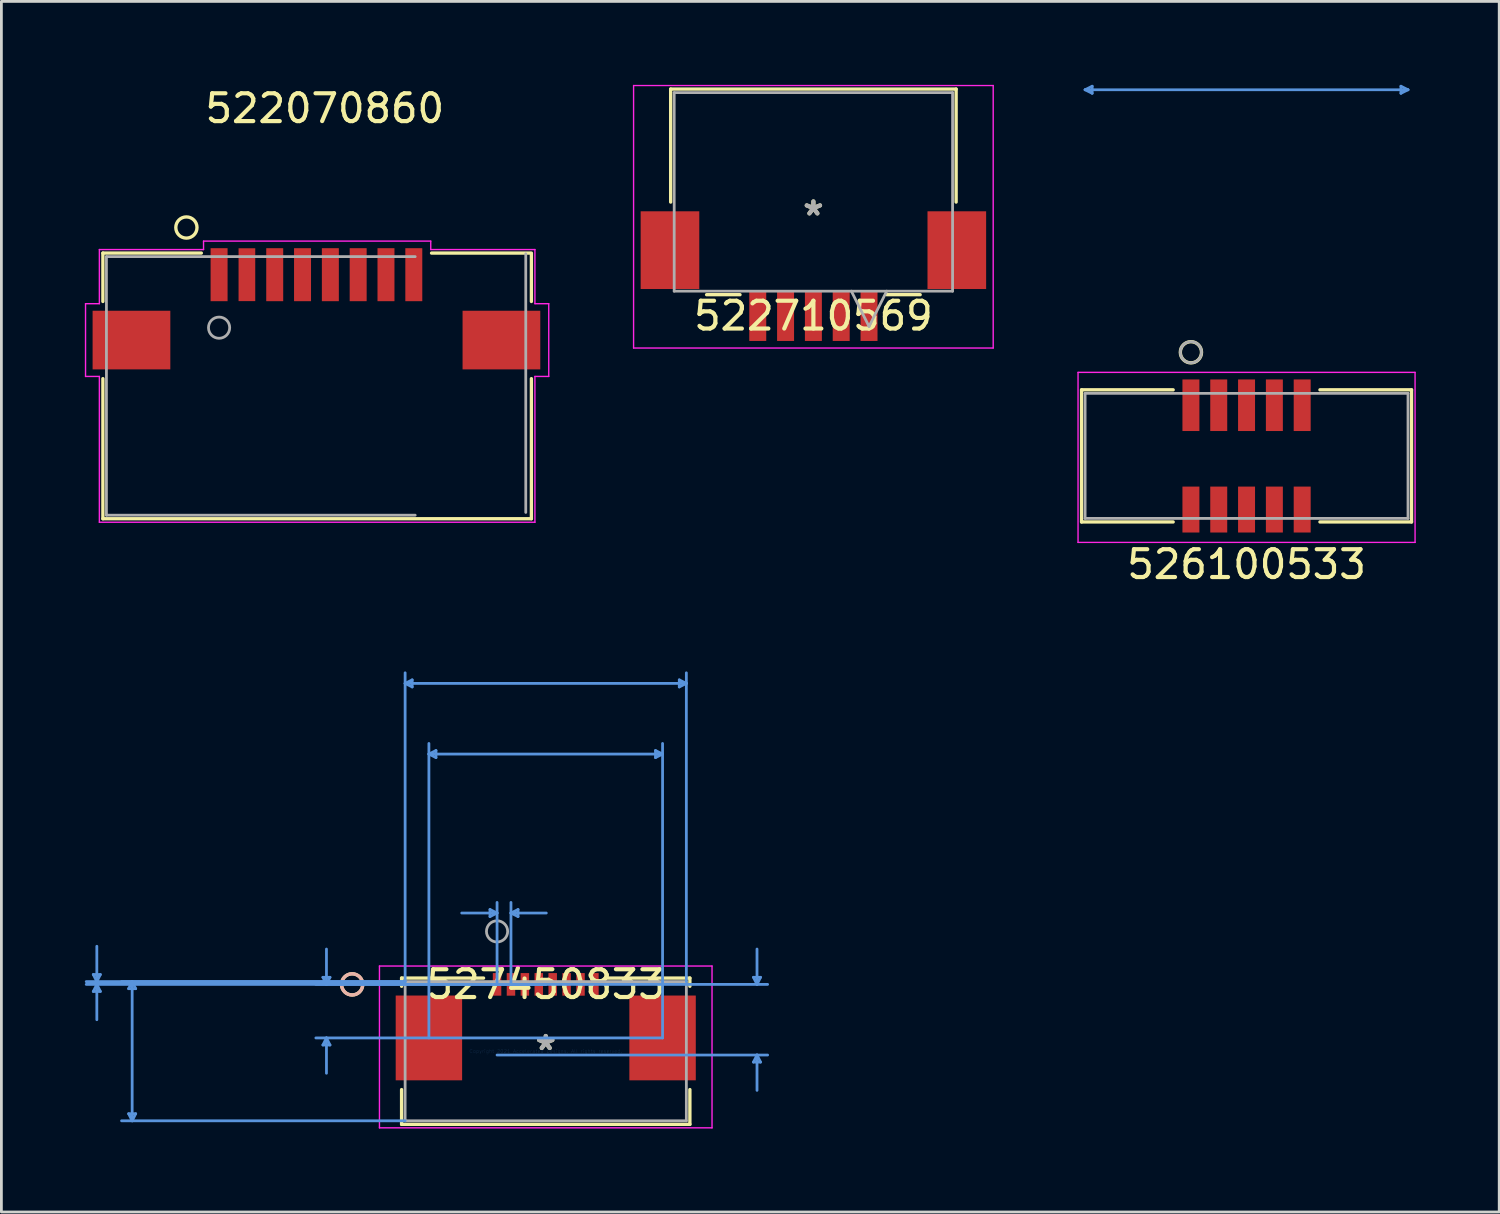
<source format=kicad_pcb>
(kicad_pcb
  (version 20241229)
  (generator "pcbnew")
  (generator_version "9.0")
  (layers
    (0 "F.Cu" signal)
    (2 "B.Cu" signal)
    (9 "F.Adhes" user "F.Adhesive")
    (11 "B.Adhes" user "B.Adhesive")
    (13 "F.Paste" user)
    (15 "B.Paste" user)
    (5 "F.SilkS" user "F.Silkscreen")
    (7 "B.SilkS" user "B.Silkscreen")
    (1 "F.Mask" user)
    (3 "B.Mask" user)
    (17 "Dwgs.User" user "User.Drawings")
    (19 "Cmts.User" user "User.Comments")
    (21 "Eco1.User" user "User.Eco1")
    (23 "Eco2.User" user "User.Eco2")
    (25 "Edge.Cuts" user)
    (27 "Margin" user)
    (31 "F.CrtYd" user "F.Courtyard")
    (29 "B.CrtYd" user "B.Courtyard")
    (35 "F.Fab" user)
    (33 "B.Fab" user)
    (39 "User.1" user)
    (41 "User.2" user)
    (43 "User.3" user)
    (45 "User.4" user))
  (footprint "527450833"
    (layer "F.Cu")
    (at 16.569 34.74)
    (property "Reference" "527450833" (at 0 -2.402 0) (layer "F.SilkS") (effects (font (size 1 1) (thickness 0.15))))
    (attr through_hole)
    (fp_line (start -5.182 -2.629) (end -5.182 -2.334) (stroke (width 0.12) (type solid)) (layer "F.SilkS"))
    (fp_line (start -5.182 1.38) (end -5.182 2.629) (stroke (width 0.12) (type solid)) (layer "F.SilkS"))
    (fp_line (start -5.182 2.629) (end 5.182 2.629) (stroke (width 0.12) (type solid)) (layer "F.SilkS"))
    (fp_line (start -2.235 -2.629) (end -5.182 -2.629) (stroke (width 0.12) (type solid)) (layer "F.SilkS"))
    (fp_line (start 5.182 -2.629) (end 2.235 -2.629) (stroke (width 0.12) (type solid)) (layer "F.SilkS"))
    (fp_line (start 5.182 -2.334) (end 5.182 -2.629) (stroke (width 0.12) (type solid)) (layer "F.SilkS"))
    (fp_line (start 5.182 2.629) (end 5.182 1.38) (stroke (width 0.12) (type solid)) (layer "F.SilkS"))
    (fp_circle (center -6.96 -2.402) (end -6.579 -2.402) (stroke (width 0.12) (type solid)) (fill no) (layer "F.SilkS"))
    (fp_circle (center -6.96 -2.402) (end -6.579 -2.402) (stroke (width 0.12) (type solid)) (fill no) (layer "B.SilkS"))
    (fp_line (start -16.265 -2.756) (end -16.011 -2.756) (stroke (width 0.1) (type solid)) (layer "Cmts.User"))
    (fp_line (start -16.265 -2.148) (end -16.011 -2.148) (stroke (width 0.1) (type solid)) (layer "Cmts.User"))
    (fp_line (start -16.138 -2.502) (end -16.265 -2.756) (stroke (width 0.1) (type solid)) (layer "Cmts.User"))
    (fp_line (start -16.138 -2.502) (end -16.138 -3.772) (stroke (width 0.1) (type solid)) (layer "Cmts.User"))
    (fp_line (start -16.138 -2.502) (end -16.011 -2.756) (stroke (width 0.1) (type solid)) (layer "Cmts.User"))
    (fp_line (start -16.138 -2.402) (end -16.265 -2.148) (stroke (width 0.1) (type solid)) (layer "Cmts.User"))
    (fp_line (start -16.138 -2.402) (end -16.138 -1.132) (stroke (width 0.1) (type solid)) (layer "Cmts.User"))
    (fp_line (start -16.138 -2.402) (end -16.011 -2.148) (stroke (width 0.1) (type solid)) (layer "Cmts.User"))
    (fp_line (start -14.995 -2.248) (end -14.741 -2.248) (stroke (width 0.1) (type solid)) (layer "Cmts.User"))
    (fp_line (start -14.995 2.248) (end -14.741 2.248) (stroke (width 0.1) (type solid)) (layer "Cmts.User"))
    (fp_line (start -14.868 -2.502) (end -14.995 -2.248) (stroke (width 0.1) (type solid)) (layer "Cmts.User"))
    (fp_line (start -14.868 -2.502) (end -14.868 2.502) (stroke (width 0.1) (type solid)) (layer "Cmts.User"))
    (fp_line (start -14.868 -2.502) (end -14.741 -2.248) (stroke (width 0.1) (type solid)) (layer "Cmts.User"))
    (fp_line (start -14.868 2.502) (end -14.995 2.248) (stroke (width 0.1) (type solid)) (layer "Cmts.User"))
    (fp_line (start -14.868 2.502) (end -14.741 2.248) (stroke (width 0.1) (type solid)) (layer "Cmts.User"))
    (fp_line (start -8.01 -2.656) (end -7.756 -2.656) (stroke (width 0.1) (type solid)) (layer "Cmts.User"))
    (fp_line (start -8.01 -0.223) (end -7.756 -0.223) (stroke (width 0.1) (type solid)) (layer "Cmts.User"))
    (fp_line (start -7.883 -2.402) (end -8.01 -2.656) (stroke (width 0.1) (type solid)) (layer "Cmts.User"))
    (fp_line (start -7.883 -2.402) (end -7.883 -3.672) (stroke (width 0.1) (type solid)) (layer "Cmts.User"))
    (fp_line (start -7.883 -2.402) (end -7.756 -2.656) (stroke (width 0.1) (type solid)) (layer "Cmts.User"))
    (fp_line (start -7.883 -0.477) (end -8.01 -0.223) (stroke (width 0.1) (type solid)) (layer "Cmts.User"))
    (fp_line (start -7.883 -0.477) (end -7.883 0.793) (stroke (width 0.1) (type solid)) (layer "Cmts.User"))
    (fp_line (start -7.883 -0.477) (end -7.756 -0.223) (stroke (width 0.1) (type solid)) (layer "Cmts.User"))
    (fp_line (start -5.055 -13.222) (end -4.801 -13.349) (stroke (width 0.1) (type solid)) (layer "Cmts.User"))
    (fp_line (start -5.055 -13.222) (end -4.801 -13.095) (stroke (width 0.1) (type solid)) (layer "Cmts.User"))
    (fp_line (start -5.055 -13.222) (end 5.055 -13.222) (stroke (width 0.1) (type solid)) (layer "Cmts.User"))
    (fp_line (start -5.055 -2.502) (end -16.519 -2.502) (stroke (width 0.1) (type solid)) (layer "Cmts.User"))
    (fp_line (start -5.055 -2.502) (end -15.249 -2.502) (stroke (width 0.1) (type solid)) (layer "Cmts.User"))
    (fp_line (start -5.055 -2.502) (end -5.055 -13.603) (stroke (width 0.1) (type solid)) (layer "Cmts.User"))
    (fp_line (start -5.055 2.502) (end -15.249 2.502) (stroke (width 0.1) (type solid)) (layer "Cmts.User"))
    (fp_line (start -4.801 -13.349) (end -4.801 -13.095) (stroke (width 0.1) (type solid)) (layer "Cmts.User"))
    (fp_line (start -4.2 -10.682) (end -3.946 -10.809) (stroke (width 0.1) (type solid)) (layer "Cmts.User"))
    (fp_line (start -4.2 -10.682) (end -3.946 -10.555) (stroke (width 0.1) (type solid)) (layer "Cmts.User"))
    (fp_line (start -4.2 -10.682) (end 4.2 -10.682) (stroke (width 0.1) (type solid)) (layer "Cmts.User"))
    (fp_line (start -4.2 -0.477) (end -4.2 -11.063) (stroke (width 0.1) (type solid)) (layer "Cmts.User"))
    (fp_line (start -3.946 -10.809) (end -3.946 -10.555) (stroke (width 0.1) (type solid)) (layer "Cmts.User"))
    (fp_line (start -2.004 -5.094) (end -2.004 -4.84) (stroke (width 0.1) (type solid)) (layer "Cmts.User"))
    (fp_line (start -1.75 -4.967) (end -3.02 -4.967) (stroke (width 0.1) (type solid)) (layer "Cmts.User"))
    (fp_line (start -1.75 -4.967) (end -2.004 -5.094) (stroke (width 0.1) (type solid)) (layer "Cmts.User"))
    (fp_line (start -1.75 -4.967) (end -2.004 -4.84) (stroke (width 0.1) (type solid)) (layer "Cmts.User"))
    (fp_line (start -1.75 -2.402) (end -1.75 -5.348) (stroke (width 0.1) (type solid)) (layer "Cmts.User"))
    (fp_line (start -1.75 -2.402) (end 7.976 -2.402) (stroke (width 0.1) (type solid)) (layer "Cmts.User"))
    (fp_line (start -1.75 0.138) (end 7.976 0.138) (stroke (width 0.1) (type solid)) (layer "Cmts.User"))
    (fp_line (start -1.25 -4.967) (end -0.996 -5.094) (stroke (width 0.1) (type solid)) (layer "Cmts.User"))
    (fp_line (start -1.25 -4.967) (end -0.996 -4.84) (stroke (width 0.1) (type solid)) (layer "Cmts.User"))
    (fp_line (start -1.25 -4.967) (end 0.02 -4.967) (stroke (width 0.1) (type solid)) (layer "Cmts.User"))
    (fp_line (start -1.25 -2.402) (end -1.25 -5.348) (stroke (width 0.1) (type solid)) (layer "Cmts.User"))
    (fp_line (start -0.996 -5.094) (end -0.996 -4.84) (stroke (width 0.1) (type solid)) (layer "Cmts.User"))
    (fp_line (start 0 -2.402) (end -16.519 -2.402) (stroke (width 0.1) (type solid)) (layer "Cmts.User"))
    (fp_line (start 0 -2.402) (end -8.264 -2.402) (stroke (width 0.1) (type solid)) (layer "Cmts.User"))
    (fp_line (start 3.946 -10.809) (end 3.946 -10.555) (stroke (width 0.1) (type solid)) (layer "Cmts.User"))
    (fp_line (start 4.2 -10.682) (end 3.946 -10.809) (stroke (width 0.1) (type solid)) (layer "Cmts.User"))
    (fp_line (start 4.2 -10.682) (end 3.946 -10.555) (stroke (width 0.1) (type solid)) (layer "Cmts.User"))
    (fp_line (start 4.2 -0.477) (end -8.264 -0.477) (stroke (width 0.1) (type solid)) (layer "Cmts.User"))
    (fp_line (start 4.2 -0.477) (end 4.2 -11.063) (stroke (width 0.1) (type solid)) (layer "Cmts.User"))
    (fp_line (start 4.801 -13.349) (end 4.801 -13.095) (stroke (width 0.1) (type solid)) (layer "Cmts.User"))
    (fp_line (start 5.055 -13.222) (end 4.801 -13.349) (stroke (width 0.1) (type solid)) (layer "Cmts.User"))
    (fp_line (start 5.055 -13.222) (end 4.801 -13.095) (stroke (width 0.1) (type solid)) (layer "Cmts.User"))
    (fp_line (start 5.055 -2.502) (end 5.055 -13.603) (stroke (width 0.1) (type solid)) (layer "Cmts.User"))
    (fp_line (start 7.468 -2.656) (end 7.722 -2.656) (stroke (width 0.1) (type solid)) (layer "Cmts.User"))
    (fp_line (start 7.468 0.392) (end 7.722 0.392) (stroke (width 0.1) (type solid)) (layer "Cmts.User"))
    (fp_line (start 7.595 -2.402) (end 7.468 -2.656) (stroke (width 0.1) (type solid)) (layer "Cmts.User"))
    (fp_line (start 7.595 -2.402) (end 7.595 -3.672) (stroke (width 0.1) (type solid)) (layer "Cmts.User"))
    (fp_line (start 7.595 -2.402) (end 7.722 -2.656) (stroke (width 0.1) (type solid)) (layer "Cmts.User"))
    (fp_line (start 7.595 0.138) (end 7.468 0.392) (stroke (width 0.1) (type solid)) (layer "Cmts.User"))
    (fp_line (start 7.595 0.138) (end 7.595 1.408) (stroke (width 0.1) (type solid)) (layer "Cmts.User"))
    (fp_line (start 7.595 0.138) (end 7.722 0.392) (stroke (width 0.1) (type solid)) (layer "Cmts.User"))
    (fp_line (start -5.978 -3.062) (end -5.978 2.756) (stroke (width 0.05) (type solid)) (layer "F.CrtYd"))
    (fp_line (start -5.978 2.756) (end 5.978 2.756) (stroke (width 0.05) (type solid)) (layer "F.CrtYd"))
    (fp_line (start 5.978 -3.062) (end -5.978 -3.062) (stroke (width 0.05) (type solid)) (layer "F.CrtYd"))
    (fp_line (start 5.978 2.756) (end 5.978 -3.062) (stroke (width 0.05) (type solid)) (layer "F.CrtYd"))
    (fp_line (start -5.055 -2.502) (end -5.055 2.502) (stroke (width 0.1) (type solid)) (layer "F.Fab"))
    (fp_line (start -5.055 2.502) (end 5.055 2.502) (stroke (width 0.1) (type solid)) (layer "F.Fab"))
    (fp_line (start 5.055 -2.502) (end -5.055 -2.502) (stroke (width 0.1) (type solid)) (layer "F.Fab"))
    (fp_line (start 5.055 2.502) (end 5.055 -2.502) (stroke (width 0.1) (type solid)) (layer "F.Fab"))
    (fp_circle (center -1.75 -4.307) (end -1.369 -4.307) (stroke (width 0.1) (type solid)) (fill no) (layer "F.Fab"))
    (fp_text user "*" (at 0 0 0) (layer "F.SilkS") (effects (font (size 1 1) (thickness 0.15))))
    (fp_text user "Copyright 2021 Accelerated Designs. All rights reserved." (at 0 0 0) (layer "Cmts.User") (effects (font (size 0.127 0.127) (thickness 0.002))))
    (fp_text user "*" (at 0 0 0) (layer "F.Fab") (effects (font (size 1 1) (thickness 0.15))))
    (pad "1" smd rect (at -1.75 -2.402) (size 0.305 0.813) (layers "F.Cu" "F.Mask" "F.Paste"))
    (pad "2" smd rect (at -1.25 -2.402) (size 0.305 0.813) (layers "F.Cu" "F.Mask" "F.Paste"))
    (pad "3" smd rect (at -0.75 -2.402) (size 0.305 0.813) (layers "F.Cu" "F.Mask" "F.Paste"))
    (pad "4" smd rect (at -0.25 -2.402) (size 0.305 0.813) (layers "F.Cu" "F.Mask" "F.Paste"))
    (pad "5" smd rect (at 0.25 -2.402) (size 0.305 0.813) (layers "F.Cu" "F.Mask" "F.Paste"))
    (pad "6" smd rect (at 0.75 -2.402) (size 0.305 0.813) (layers "F.Cu" "F.Mask" "F.Paste"))
    (pad "7" smd rect (at 1.25 -2.402) (size 0.305 0.813) (layers "F.Cu" "F.Mask" "F.Paste"))
    (pad "8" smd rect (at 1.75 -2.402) (size 0.305 0.813) (layers "F.Cu" "F.Mask" "F.Paste"))
    (pad "9" smd rect (at -4.2 -0.477 90) (size 3.048 2.388) (layers "F.Cu" "F.Mask" "F.Paste"))
    (pad "10" smd rect (at 4.2 -0.477 90) (size 3.048 2.388) (layers "F.Cu" "F.Mask" "F.Paste")))
  (footprint "526100533"
    (layer "F.Cu")
    (at 41.763 13.339)
    (property "Reference" "526100533" (at 0 3.9 0) (layer "F.SilkS") (effects (font (size 1 1) (thickness 0.15))))
    (attr through_hole)
    (fp_line (start -5.931 -2.375) (end -5.931 2.375) (stroke (width 0.12) (type solid)) (layer "F.SilkS"))
    (fp_line (start -5.931 2.375) (end -2.638 2.375) (stroke (width 0.12) (type solid)) (layer "F.SilkS"))
    (fp_line (start -2.638 -2.375) (end -5.931 -2.375) (stroke (width 0.12) (type solid)) (layer "F.SilkS"))
    (fp_line (start 2.638 2.375) (end 5.931 2.375) (stroke (width 0.12) (type solid)) (layer "F.SilkS"))
    (fp_line (start 5.931 -2.375) (end 2.638 -2.375) (stroke (width 0.12) (type solid)) (layer "F.SilkS"))
    (fp_line (start 5.931 2.375) (end 5.931 -2.375) (stroke (width 0.12) (type solid)) (layer "F.SilkS"))
    (fp_circle (center -2 -3.725) (end -1.619 -3.725) (stroke (width 0.12) (type solid)) (fill no) (layer "F.SilkS"))
    (fp_line (start -5.804 -13.162) (end -5.55 -13.289) (stroke (width 0.1) (type solid)) (layer "Cmts.User"))
    (fp_line (start -5.804 -13.162) (end -5.55 -13.035) (stroke (width 0.1) (type solid)) (layer "Cmts.User"))
    (fp_line (start -5.804 -13.162) (end 5.804 -13.162) (stroke (width 0.1) (type solid)) (layer "Cmts.User"))
    (fp_line (start -5.55 -13.289) (end -5.55 -13.035) (stroke (width 0.1) (type solid)) (layer "Cmts.User"))
    (fp_line (start 5.55 -13.289) (end 5.55 -13.035) (stroke (width 0.1) (type solid)) (layer "Cmts.User"))
    (fp_line (start 5.804 -13.162) (end 5.55 -13.289) (stroke (width 0.1) (type solid)) (layer "Cmts.User"))
    (fp_line (start 5.804 -13.162) (end 5.55 -13.035) (stroke (width 0.1) (type solid)) (layer "Cmts.User"))
    (fp_line (start -6.058 -3.002) (end -6.058 3.11) (stroke (width 0.05) (type solid)) (layer "F.CrtYd"))
    (fp_line (start -6.058 3.11) (end 6.058 3.11) (stroke (width 0.05) (type solid)) (layer "F.CrtYd"))
    (fp_line (start 6.058 -3.002) (end -6.058 -3.002) (stroke (width 0.05) (type solid)) (layer "F.CrtYd"))
    (fp_line (start 6.058 3.11) (end 6.058 -3.002) (stroke (width 0.05) (type solid)) (layer "F.CrtYd"))
    (fp_line (start -5.804 -2.248) (end -5.804 2.248) (stroke (width 0.1) (type solid)) (layer "F.Fab"))
    (fp_line (start -5.804 2.248) (end 5.804 2.248) (stroke (width 0.1) (type solid)) (layer "F.Fab"))
    (fp_line (start 5.804 -2.248) (end -5.804 -2.248) (stroke (width 0.1) (type solid)) (layer "F.Fab"))
    (fp_line (start 5.804 2.248) (end 5.804 -2.248) (stroke (width 0.1) (type solid)) (layer "F.Fab"))
    (fp_circle (center -2 -3.726) (end -1.619 -3.726) (stroke (width 0.1) (type solid)) (fill no) (layer "F.Fab"))
    (pad "1" smd rect (at -2 -1.821) (size 0.61 1.854) (layers "F.Cu" "F.Mask" "F.Paste"))
    (pad "2" smd rect (at -2 1.929) (size 0.61 1.651) (layers "F.Cu" "F.Mask" "F.Paste"))
    (pad "3" smd rect (at -1 -1.821) (size 0.61 1.854) (layers "F.Cu" "F.Mask" "F.Paste"))
    (pad "4" smd rect (at -1 1.929) (size 0.61 1.651) (layers "F.Cu" "F.Mask" "F.Paste"))
    (pad "5" smd rect (at 0 -1.821) (size 0.61 1.854) (layers "F.Cu" "F.Mask" "F.Paste"))
    (pad "6" smd rect (at 0 1.929) (size 0.61 1.651) (layers "F.Cu" "F.Mask" "F.Paste"))
    (pad "7" smd rect (at 1 -1.821) (size 0.61 1.854) (layers "F.Cu" "F.Mask" "F.Paste"))
    (pad "8" smd rect (at 1 1.929) (size 0.61 1.651) (layers "F.Cu" "F.Mask" "F.Paste"))
    (pad "9" smd rect (at 2 -1.821) (size 0.61 1.854) (layers "F.Cu" "F.Mask" "F.Paste"))
    (pad "10" smd rect (at 2 1.929) (size 0.61 1.651) (layers "F.Cu" "F.Mask" "F.Paste")))
  (footprint "522070860"
    (layer "F.Cu")
    (at 8.326 10.823)
    (property "Reference" "522070860" (at 0.3 -9.975 0) (layer "F.SilkS") (effects (font (size 1 1) (thickness 0.15))))
    (attr through_hole)
    (fp_line (start -7.677 -4.775) (end -7.677 -3.035) (stroke (width 0.12) (type solid)) (layer "F.SilkS"))
    (fp_line (start -7.677 -0.261) (end -7.677 4.775) (stroke (width 0.12) (type solid)) (layer "F.SilkS"))
    (fp_line (start -4.138 -4.775) (end -7.677 -4.775) (stroke (width 0.12) (type solid)) (layer "F.SilkS"))
    (fp_line (start 4.138 -4.775) (end 7.677 -4.775) (stroke (width 0.12) (type solid)) (layer "F.SilkS"))
    (fp_line (start 7.727 -3.035) (end 7.727 -4.775) (stroke (width 0.12) (type solid)) (layer "F.SilkS"))
    (fp_line (start 7.727 4.775) (end -7.677 4.775) (stroke (width 0.12) (type solid)) (layer "F.SilkS"))
    (fp_line (start 7.727 4.775) (end 7.727 -0.261) (stroke (width 0.12) (type solid)) (layer "F.SilkS"))
    (fp_circle (center -4.675 -5.694) (end -4.294 -5.694) (stroke (width 0.12) (type solid)) (fill no) (layer "F.SilkS"))
    (fp_line (start -8.301 -2.956) (end -8.301 -0.34) (stroke (width 0.05) (type solid)) (layer "F.CrtYd"))
    (fp_line (start -8.301 -0.34) (end -7.804 -0.34) (stroke (width 0.05) (type solid)) (layer "F.CrtYd"))
    (fp_line (start -7.804 -4.902) (end -7.804 -2.956) (stroke (width 0.05) (type solid)) (layer "F.CrtYd"))
    (fp_line (start -7.804 -2.956) (end -8.301 -2.956) (stroke (width 0.05) (type solid)) (layer "F.CrtYd"))
    (fp_line (start -7.804 -0.34) (end -7.804 4.902) (stroke (width 0.05) (type solid)) (layer "F.CrtYd"))
    (fp_line (start -4.059 -5.205) (end -4.059 -4.902) (stroke (width 0.05) (type solid)) (layer "F.CrtYd"))
    (fp_line (start -4.059 -5.205) (end 4.109 -5.205) (stroke (width 0.05) (type solid)) (layer "F.CrtYd"))
    (fp_line (start -4.059 -4.902) (end -7.804 -4.902) (stroke (width 0.05) (type solid)) (layer "F.CrtYd"))
    (fp_line (start 4.109 -4.902) (end 4.109 -5.205) (stroke (width 0.05) (type solid)) (layer "F.CrtYd"))
    (fp_line (start 4.109 -4.902) (end 7.854 -4.902) (stroke (width 0.05) (type solid)) (layer "F.CrtYd"))
    (fp_line (start 7.854 -2.956) (end 7.854 -4.902) (stroke (width 0.05) (type solid)) (layer "F.CrtYd"))
    (fp_line (start 7.854 -0.34) (end 8.351 -0.34) (stroke (width 0.05) (type solid)) (layer "F.CrtYd"))
    (fp_line (start 7.854 4.902) (end -7.804 4.902) (stroke (width 0.05) (type solid)) (layer "F.CrtYd"))
    (fp_line (start 7.854 4.902) (end 7.854 -0.34) (stroke (width 0.05) (type solid)) (layer "F.CrtYd"))
    (fp_line (start 8.351 -2.956) (end 7.854 -2.956) (stroke (width 0.05) (type solid)) (layer "F.CrtYd"))
    (fp_line (start 8.351 -0.34) (end 8.351 -2.956) (stroke (width 0.05) (type solid)) (layer "F.CrtYd"))
    (fp_line (start -7.55 -4.648) (end -7.55 4.648) (stroke (width 0.1) (type solid)) (layer "F.Fab"))
    (fp_line (start -7.55 4.648) (end 3.55 4.648) (stroke (width 0.1) (type solid)) (layer "F.Fab"))
    (fp_line (start 3.55 -4.648) (end -7.55 -4.648) (stroke (width 0.1) (type solid)) (layer "F.Fab"))
    (fp_line (start 7.525 4.548) (end 7.525 -4.748) (stroke (width 0.1) (type solid)) (layer "F.Fab"))
    (fp_circle (center -3.5 -2.093) (end -3.119 -2.093) (stroke (width 0.1) (type solid)) (fill no) (layer "F.Fab"))
    (pad "1" smd rect (at -3.5 -3.998) (size 0.61 1.905) (layers "F.Cu" "F.Mask" "F.Paste"))
    (pad "2" smd rect (at -2.5 -3.998) (size 0.6 1.9) (layers "F.Cu" "F.Mask" "F.Paste"))
    (pad "3" smd rect (at -1.5 -3.998) (size 0.61 1.905) (layers "F.Cu" "F.Mask" "F.Paste"))
    (pad "4" smd rect (at -0.5 -3.998) (size 0.61 1.905) (layers "F.Cu" "F.Mask" "F.Paste"))
    (pad "5" smd rect (at 0.5 -3.998) (size 0.61 1.905) (layers "F.Cu" "F.Mask" "F.Paste"))
    (pad "6" smd rect (at 1.5 -3.998) (size 0.61 1.905) (layers "F.Cu" "F.Mask" "F.Paste"))
    (pad "7" smd rect (at 2.5 -3.998) (size 0.61 1.905) (layers "F.Cu" "F.Mask" "F.Paste"))
    (pad "8" smd rect (at 3.5 -3.998) (size 0.61 1.905) (layers "F.Cu" "F.Mask" "F.Paste"))
    (pad "9" smd rect (at -6.65 -1.648 90) (size 2.108 2.794) (layers "F.Cu" "F.Mask" "F.Paste"))
    (pad "9" smd rect (at 6.65 -1.648 90) (size 2.108 2.794) (layers "F.Cu" "F.Mask" "F.Paste")))
  (footprint "522710569"
    (layer "F.Cu")
    (at 26.191 4.737)
    (property "Reference" "522710569" (at 0 3.569 0) (layer "F.SilkS") (effects (font (size 1 1) (thickness 0.15))))
    (attr through_hole)
    (fp_line (start -5.131 -4.585) (end -5.131 -0.523) (stroke (width 0.12) (type solid)) (layer "F.SilkS"))
    (fp_line (start -3.839 2.807) (end -2.638 2.807) (stroke (width 0.12) (type solid)) (layer "F.SilkS"))
    (fp_line (start 2.638 2.807) (end 3.839 2.807) (stroke (width 0.12) (type solid)) (layer "F.SilkS"))
    (fp_line (start 5.131 -4.585) (end -5.131 -4.585) (stroke (width 0.12) (type solid)) (layer "F.SilkS"))
    (fp_line (start 5.131 -0.523) (end 5.131 -4.585) (stroke (width 0.12) (type solid)) (layer "F.SilkS"))
    (fp_line (start -6.464 -4.712) (end -6.464 4.724) (stroke (width 0.05) (type solid)) (layer "F.CrtYd"))
    (fp_line (start -6.464 4.724) (end 6.464 4.724) (stroke (width 0.05) (type solid)) (layer "F.CrtYd"))
    (fp_line (start 6.464 -4.712) (end -6.464 -4.712) (stroke (width 0.05) (type solid)) (layer "F.CrtYd"))
    (fp_line (start 6.464 4.724) (end 6.464 -4.712) (stroke (width 0.05) (type solid)) (layer "F.CrtYd"))
    (fp_line (start -5.004 -4.458) (end -5.004 2.68) (stroke (width 0.1) (type solid)) (layer "F.Fab"))
    (fp_line (start -5.004 2.68) (end 5.004 2.68) (stroke (width 0.1) (type solid)) (layer "F.Fab"))
    (fp_line (start 1.365 2.68) (end 2 3.95) (stroke (width 0.1) (type solid)) (layer "F.Fab"))
    (fp_line (start 2.635 2.68) (end 2 3.95) (stroke (width 0.1) (type solid)) (layer "F.Fab"))
    (fp_line (start 5.004 -4.458) (end -5.004 -4.458) (stroke (width 0.1) (type solid)) (layer "F.Fab"))
    (fp_line (start 5.004 2.68) (end 5.004 -4.458) (stroke (width 0.1) (type solid)) (layer "F.Fab"))
    (fp_text user "*" (at 0 0 0) (layer "F.SilkS") (effects (font (size 1 1) (thickness 0.15))))
    (fp_text user "*" (at 0 0 0) (layer "F.Fab") (effects (font (size 1 1) (thickness 0.15))))
    (pad "1" smd rect (at 2 3.569) (size 0.61 1.803) (layers "F.Cu" "F.Mask" "F.Paste"))
    (pad "2" smd rect (at 1 3.569) (size 0.61 1.803) (layers "F.Cu" "F.Mask" "F.Paste"))
    (pad "3" smd rect (at 0 3.569) (size 0.61 1.803) (layers "F.Cu" "F.Mask" "F.Paste"))
    (pad "4" smd rect (at -1 3.569) (size 0.61 1.803) (layers "F.Cu" "F.Mask" "F.Paste"))
    (pad "5" smd rect (at -2 3.569) (size 0.61 1.803) (layers "F.Cu" "F.Mask" "F.Paste"))
    (pad "6" smd rect (at -5.156 1.206) (size 2.108 2.794) (layers "F.Cu" "F.Mask" "F.Paste"))
    (pad "7" smd rect (at 5.156 1.206) (size 2.108 2.794) (layers "F.Cu" "F.Mask" "F.Paste")))
  (gr_rect
    (start -3 -3)
    (end 50.846 40.521)
    (stroke (width 0.1) (type default))
    (fill no)
    (layer "Edge.Cuts")))
</source>
